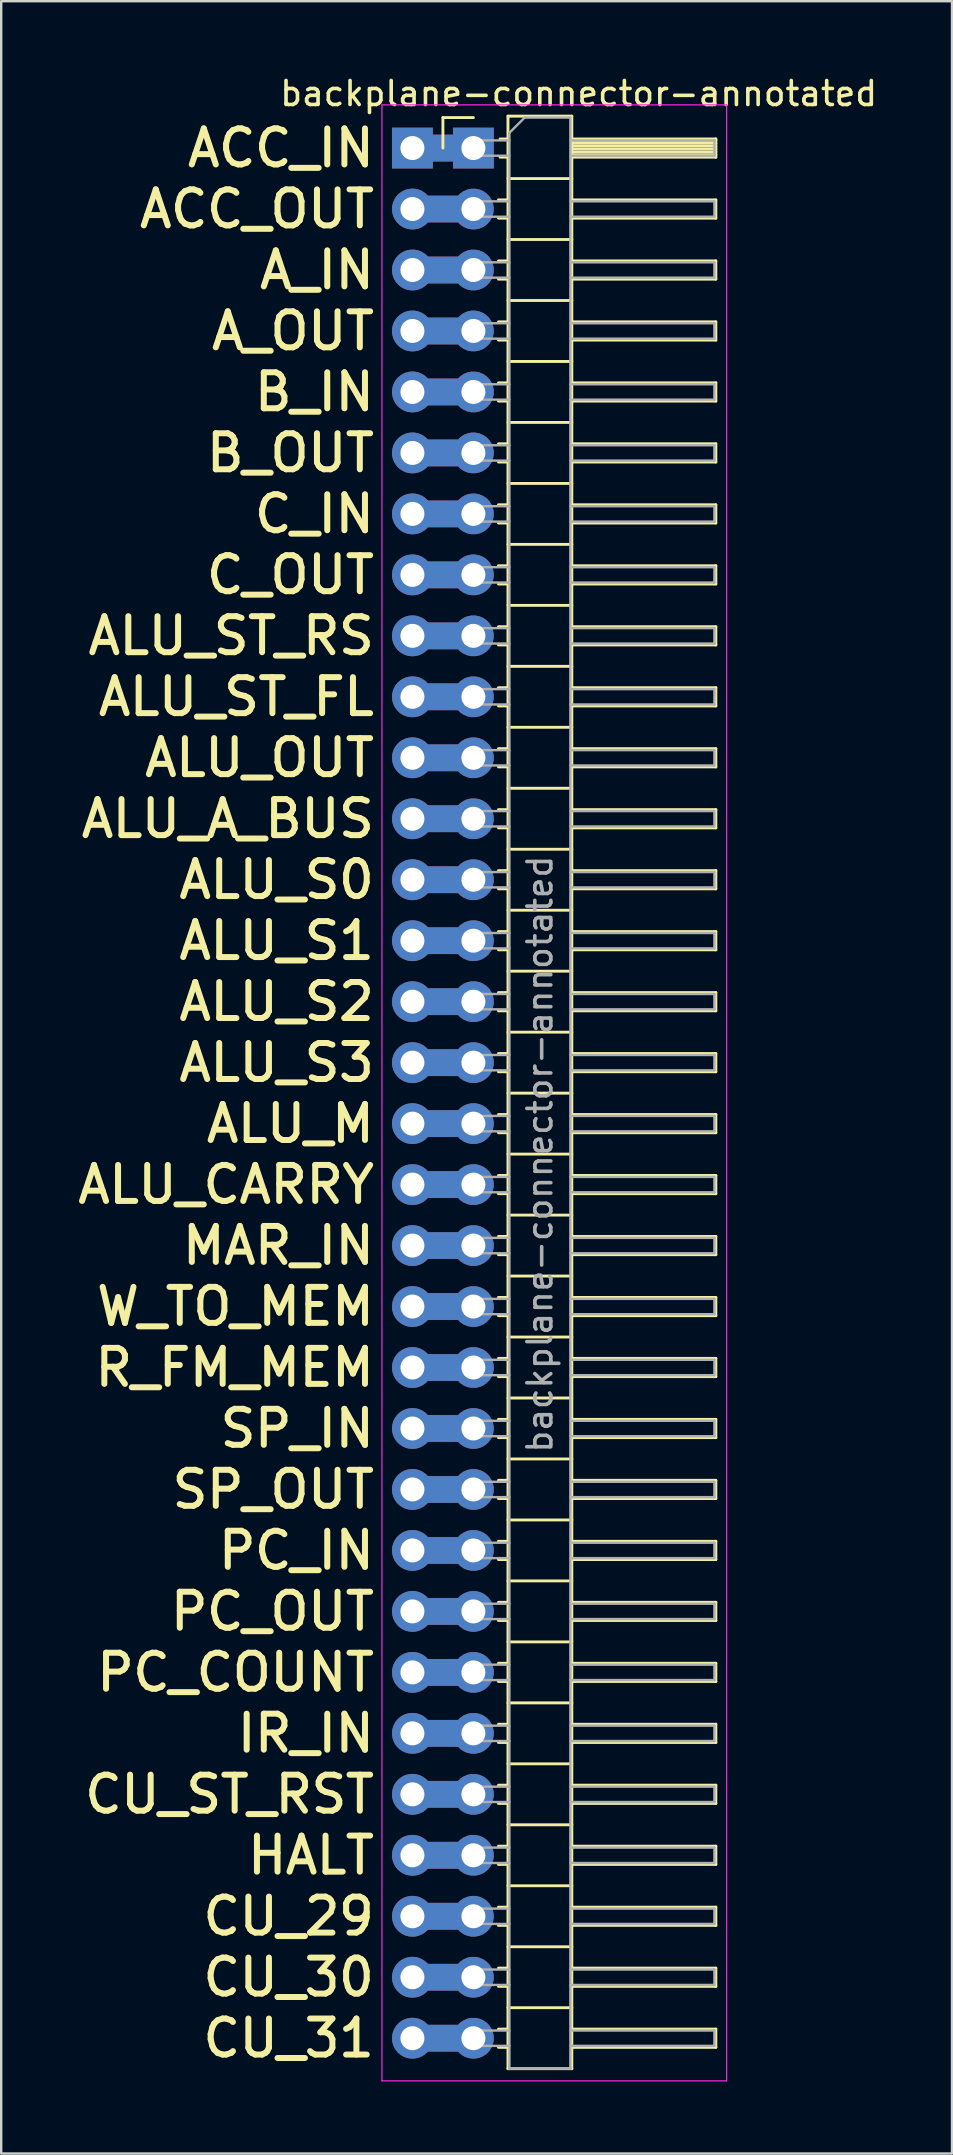
<source format=kicad_pcb>
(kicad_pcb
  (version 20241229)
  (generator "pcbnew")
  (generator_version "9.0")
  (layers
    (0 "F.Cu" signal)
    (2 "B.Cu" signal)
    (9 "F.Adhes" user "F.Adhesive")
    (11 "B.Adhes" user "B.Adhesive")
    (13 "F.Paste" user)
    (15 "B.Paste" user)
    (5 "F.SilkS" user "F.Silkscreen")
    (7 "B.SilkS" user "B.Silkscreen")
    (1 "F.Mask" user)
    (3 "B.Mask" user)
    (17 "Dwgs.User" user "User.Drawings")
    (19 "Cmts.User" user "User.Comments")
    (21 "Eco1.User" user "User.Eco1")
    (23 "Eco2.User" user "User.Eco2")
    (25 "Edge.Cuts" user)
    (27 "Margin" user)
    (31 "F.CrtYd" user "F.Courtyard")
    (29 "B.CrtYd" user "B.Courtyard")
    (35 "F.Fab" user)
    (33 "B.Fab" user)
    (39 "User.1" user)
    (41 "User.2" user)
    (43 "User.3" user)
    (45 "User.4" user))
  (footprint "backplane-connector-annotated"
    (layer "F.Cu")
    (at 16.671 3.118)
    (property "Reference" "backplane-connector-annotated" (at 4.385 -2.27 0) (layer "F.SilkS") (effects (font (size 1 1) (thickness 0.15))))
    (attr through_hole)
    (fp_line (start -1.27 -1.27) (end 0 -1.27) (stroke (width 0.12) (type solid)) (layer "F.SilkS"))
    (fp_line (start -1.27 0) (end -1.27 -1.27) (stroke (width 0.12) (type solid)) (layer "F.SilkS"))
    (fp_line (start 1.043 2.16) (end 1.44 2.16) (stroke (width 0.12) (type solid)) (layer "F.SilkS"))
    (fp_line (start 1.043 2.92) (end 1.44 2.92) (stroke (width 0.12) (type solid)) (layer "F.SilkS"))
    (fp_line (start 1.043 4.7) (end 1.44 4.7) (stroke (width 0.12) (type solid)) (layer "F.SilkS"))
    (fp_line (start 1.043 5.46) (end 1.44 5.46) (stroke (width 0.12) (type solid)) (layer "F.SilkS"))
    (fp_line (start 1.043 7.24) (end 1.44 7.24) (stroke (width 0.12) (type solid)) (layer "F.SilkS"))
    (fp_line (start 1.043 8) (end 1.44 8) (stroke (width 0.12) (type solid)) (layer "F.SilkS"))
    (fp_line (start 1.043 9.78) (end 1.44 9.78) (stroke (width 0.12) (type solid)) (layer "F.SilkS"))
    (fp_line (start 1.043 10.54) (end 1.44 10.54) (stroke (width 0.12) (type solid)) (layer "F.SilkS"))
    (fp_line (start 1.043 12.32) (end 1.44 12.32) (stroke (width 0.12) (type solid)) (layer "F.SilkS"))
    (fp_line (start 1.043 13.08) (end 1.44 13.08) (stroke (width 0.12) (type solid)) (layer "F.SilkS"))
    (fp_line (start 1.043 14.86) (end 1.44 14.86) (stroke (width 0.12) (type solid)) (layer "F.SilkS"))
    (fp_line (start 1.043 15.62) (end 1.44 15.62) (stroke (width 0.12) (type solid)) (layer "F.SilkS"))
    (fp_line (start 1.043 17.4) (end 1.44 17.4) (stroke (width 0.12) (type solid)) (layer "F.SilkS"))
    (fp_line (start 1.043 18.16) (end 1.44 18.16) (stroke (width 0.12) (type solid)) (layer "F.SilkS"))
    (fp_line (start 1.043 19.94) (end 1.44 19.94) (stroke (width 0.12) (type solid)) (layer "F.SilkS"))
    (fp_line (start 1.043 20.7) (end 1.44 20.7) (stroke (width 0.12) (type solid)) (layer "F.SilkS"))
    (fp_line (start 1.043 22.48) (end 1.44 22.48) (stroke (width 0.12) (type solid)) (layer "F.SilkS"))
    (fp_line (start 1.043 23.24) (end 1.44 23.24) (stroke (width 0.12) (type solid)) (layer "F.SilkS"))
    (fp_line (start 1.043 25.02) (end 1.44 25.02) (stroke (width 0.12) (type solid)) (layer "F.SilkS"))
    (fp_line (start 1.043 25.78) (end 1.44 25.78) (stroke (width 0.12) (type solid)) (layer "F.SilkS"))
    (fp_line (start 1.043 27.56) (end 1.44 27.56) (stroke (width 0.12) (type solid)) (layer "F.SilkS"))
    (fp_line (start 1.043 28.32) (end 1.44 28.32) (stroke (width 0.12) (type solid)) (layer "F.SilkS"))
    (fp_line (start 1.043 30.1) (end 1.44 30.1) (stroke (width 0.12) (type solid)) (layer "F.SilkS"))
    (fp_line (start 1.043 30.86) (end 1.44 30.86) (stroke (width 0.12) (type solid)) (layer "F.SilkS"))
    (fp_line (start 1.043 32.64) (end 1.44 32.64) (stroke (width 0.12) (type solid)) (layer "F.SilkS"))
    (fp_line (start 1.043 33.4) (end 1.44 33.4) (stroke (width 0.12) (type solid)) (layer "F.SilkS"))
    (fp_line (start 1.043 35.18) (end 1.44 35.18) (stroke (width 0.12) (type solid)) (layer "F.SilkS"))
    (fp_line (start 1.043 35.94) (end 1.44 35.94) (stroke (width 0.12) (type solid)) (layer "F.SilkS"))
    (fp_line (start 1.043 37.72) (end 1.44 37.72) (stroke (width 0.12) (type solid)) (layer "F.SilkS"))
    (fp_line (start 1.043 38.48) (end 1.44 38.48) (stroke (width 0.12) (type solid)) (layer "F.SilkS"))
    (fp_line (start 1.043 40.26) (end 1.44 40.26) (stroke (width 0.12) (type solid)) (layer "F.SilkS"))
    (fp_line (start 1.043 41.02) (end 1.44 41.02) (stroke (width 0.12) (type solid)) (layer "F.SilkS"))
    (fp_line (start 1.043 42.8) (end 1.44 42.8) (stroke (width 0.12) (type solid)) (layer "F.SilkS"))
    (fp_line (start 1.043 43.56) (end 1.44 43.56) (stroke (width 0.12) (type solid)) (layer "F.SilkS"))
    (fp_line (start 1.043 45.34) (end 1.44 45.34) (stroke (width 0.12) (type solid)) (layer "F.SilkS"))
    (fp_line (start 1.043 46.1) (end 1.44 46.1) (stroke (width 0.12) (type solid)) (layer "F.SilkS"))
    (fp_line (start 1.043 47.88) (end 1.44 47.88) (stroke (width 0.12) (type solid)) (layer "F.SilkS"))
    (fp_line (start 1.043 48.64) (end 1.44 48.64) (stroke (width 0.12) (type solid)) (layer "F.SilkS"))
    (fp_line (start 1.043 50.42) (end 1.44 50.42) (stroke (width 0.12) (type solid)) (layer "F.SilkS"))
    (fp_line (start 1.043 51.18) (end 1.44 51.18) (stroke (width 0.12) (type solid)) (layer "F.SilkS"))
    (fp_line (start 1.043 52.96) (end 1.44 52.96) (stroke (width 0.12) (type solid)) (layer "F.SilkS"))
    (fp_line (start 1.043 53.72) (end 1.44 53.72) (stroke (width 0.12) (type solid)) (layer "F.SilkS"))
    (fp_line (start 1.043 55.5) (end 1.44 55.5) (stroke (width 0.12) (type solid)) (layer "F.SilkS"))
    (fp_line (start 1.043 56.26) (end 1.44 56.26) (stroke (width 0.12) (type solid)) (layer "F.SilkS"))
    (fp_line (start 1.043 58.04) (end 1.44 58.04) (stroke (width 0.12) (type solid)) (layer "F.SilkS"))
    (fp_line (start 1.043 58.8) (end 1.44 58.8) (stroke (width 0.12) (type solid)) (layer "F.SilkS"))
    (fp_line (start 1.043 60.58) (end 1.44 60.58) (stroke (width 0.12) (type solid)) (layer "F.SilkS"))
    (fp_line (start 1.043 61.34) (end 1.44 61.34) (stroke (width 0.12) (type solid)) (layer "F.SilkS"))
    (fp_line (start 1.043 63.12) (end 1.44 63.12) (stroke (width 0.12) (type solid)) (layer "F.SilkS"))
    (fp_line (start 1.043 63.88) (end 1.44 63.88) (stroke (width 0.12) (type solid)) (layer "F.SilkS"))
    (fp_line (start 1.043 65.66) (end 1.44 65.66) (stroke (width 0.12) (type solid)) (layer "F.SilkS"))
    (fp_line (start 1.043 66.42) (end 1.44 66.42) (stroke (width 0.12) (type solid)) (layer "F.SilkS"))
    (fp_line (start 1.043 68.2) (end 1.44 68.2) (stroke (width 0.12) (type solid)) (layer "F.SilkS"))
    (fp_line (start 1.043 68.96) (end 1.44 68.96) (stroke (width 0.12) (type solid)) (layer "F.SilkS"))
    (fp_line (start 1.043 70.74) (end 1.44 70.74) (stroke (width 0.12) (type solid)) (layer "F.SilkS"))
    (fp_line (start 1.043 71.5) (end 1.44 71.5) (stroke (width 0.12) (type solid)) (layer "F.SilkS"))
    (fp_line (start 1.043 73.28) (end 1.44 73.28) (stroke (width 0.12) (type solid)) (layer "F.SilkS"))
    (fp_line (start 1.043 74.04) (end 1.44 74.04) (stroke (width 0.12) (type solid)) (layer "F.SilkS"))
    (fp_line (start 1.043 75.82) (end 1.44 75.82) (stroke (width 0.12) (type solid)) (layer "F.SilkS"))
    (fp_line (start 1.043 76.58) (end 1.44 76.58) (stroke (width 0.12) (type solid)) (layer "F.SilkS"))
    (fp_line (start 1.043 78.36) (end 1.44 78.36) (stroke (width 0.12) (type solid)) (layer "F.SilkS"))
    (fp_line (start 1.043 79.12) (end 1.44 79.12) (stroke (width 0.12) (type solid)) (layer "F.SilkS"))
    (fp_line (start 1.11 -0.38) (end 1.44 -0.38) (stroke (width 0.12) (type solid)) (layer "F.SilkS"))
    (fp_line (start 1.11 0.38) (end 1.44 0.38) (stroke (width 0.12) (type solid)) (layer "F.SilkS"))
    (fp_line (start 1.44 -1.33) (end 1.44 80.01) (stroke (width 0.12) (type solid)) (layer "F.SilkS"))
    (fp_line (start 1.44 1.27) (end 4.1 1.27) (stroke (width 0.12) (type solid)) (layer "F.SilkS"))
    (fp_line (start 1.44 3.81) (end 4.1 3.81) (stroke (width 0.12) (type solid)) (layer "F.SilkS"))
    (fp_line (start 1.44 6.35) (end 4.1 6.35) (stroke (width 0.12) (type solid)) (layer "F.SilkS"))
    (fp_line (start 1.44 8.89) (end 4.1 8.89) (stroke (width 0.12) (type solid)) (layer "F.SilkS"))
    (fp_line (start 1.44 11.43) (end 4.1 11.43) (stroke (width 0.12) (type solid)) (layer "F.SilkS"))
    (fp_line (start 1.44 13.97) (end 4.1 13.97) (stroke (width 0.12) (type solid)) (layer "F.SilkS"))
    (fp_line (start 1.44 16.51) (end 4.1 16.51) (stroke (width 0.12) (type solid)) (layer "F.SilkS"))
    (fp_line (start 1.44 19.05) (end 4.1 19.05) (stroke (width 0.12) (type solid)) (layer "F.SilkS"))
    (fp_line (start 1.44 21.59) (end 4.1 21.59) (stroke (width 0.12) (type solid)) (layer "F.SilkS"))
    (fp_line (start 1.44 24.13) (end 4.1 24.13) (stroke (width 0.12) (type solid)) (layer "F.SilkS"))
    (fp_line (start 1.44 26.67) (end 4.1 26.67) (stroke (width 0.12) (type solid)) (layer "F.SilkS"))
    (fp_line (start 1.44 29.21) (end 4.1 29.21) (stroke (width 0.12) (type solid)) (layer "F.SilkS"))
    (fp_line (start 1.44 31.75) (end 4.1 31.75) (stroke (width 0.12) (type solid)) (layer "F.SilkS"))
    (fp_line (start 1.44 34.29) (end 4.1 34.29) (stroke (width 0.12) (type solid)) (layer "F.SilkS"))
    (fp_line (start 1.44 36.83) (end 4.1 36.83) (stroke (width 0.12) (type solid)) (layer "F.SilkS"))
    (fp_line (start 1.44 39.37) (end 4.1 39.37) (stroke (width 0.12) (type solid)) (layer "F.SilkS"))
    (fp_line (start 1.44 41.91) (end 4.1 41.91) (stroke (width 0.12) (type solid)) (layer "F.SilkS"))
    (fp_line (start 1.44 44.45) (end 4.1 44.45) (stroke (width 0.12) (type solid)) (layer "F.SilkS"))
    (fp_line (start 1.44 46.99) (end 4.1 46.99) (stroke (width 0.12) (type solid)) (layer "F.SilkS"))
    (fp_line (start 1.44 49.53) (end 4.1 49.53) (stroke (width 0.12) (type solid)) (layer "F.SilkS"))
    (fp_line (start 1.44 52.07) (end 4.1 52.07) (stroke (width 0.12) (type solid)) (layer "F.SilkS"))
    (fp_line (start 1.44 54.61) (end 4.1 54.61) (stroke (width 0.12) (type solid)) (layer "F.SilkS"))
    (fp_line (start 1.44 57.15) (end 4.1 57.15) (stroke (width 0.12) (type solid)) (layer "F.SilkS"))
    (fp_line (start 1.44 59.69) (end 4.1 59.69) (stroke (width 0.12) (type solid)) (layer "F.SilkS"))
    (fp_line (start 1.44 62.23) (end 4.1 62.23) (stroke (width 0.12) (type solid)) (layer "F.SilkS"))
    (fp_line (start 1.44 64.77) (end 4.1 64.77) (stroke (width 0.12) (type solid)) (layer "F.SilkS"))
    (fp_line (start 1.44 67.31) (end 4.1 67.31) (stroke (width 0.12) (type solid)) (layer "F.SilkS"))
    (fp_line (start 1.44 69.85) (end 4.1 69.85) (stroke (width 0.12) (type solid)) (layer "F.SilkS"))
    (fp_line (start 1.44 72.39) (end 4.1 72.39) (stroke (width 0.12) (type solid)) (layer "F.SilkS"))
    (fp_line (start 1.44 74.93) (end 4.1 74.93) (stroke (width 0.12) (type solid)) (layer "F.SilkS"))
    (fp_line (start 1.44 77.47) (end 4.1 77.47) (stroke (width 0.12) (type solid)) (layer "F.SilkS"))
    (fp_line (start 1.44 80.01) (end 4.1 80.01) (stroke (width 0.12) (type solid)) (layer "F.SilkS"))
    (fp_line (start 4.1 -1.33) (end 1.44 -1.33) (stroke (width 0.12) (type solid)) (layer "F.SilkS"))
    (fp_line (start 4.1 -0.38) (end 10.1 -0.38) (stroke (width 0.12) (type solid)) (layer "F.SilkS"))
    (fp_line (start 4.1 -0.32) (end 10.1 -0.32) (stroke (width 0.12) (type solid)) (layer "F.SilkS"))
    (fp_line (start 4.1 -0.2) (end 10.1 -0.2) (stroke (width 0.12) (type solid)) (layer "F.SilkS"))
    (fp_line (start 4.1 -0.08) (end 10.1 -0.08) (stroke (width 0.12) (type solid)) (layer "F.SilkS"))
    (fp_line (start 4.1 0.04) (end 10.1 0.04) (stroke (width 0.12) (type solid)) (layer "F.SilkS"))
    (fp_line (start 4.1 0.16) (end 10.1 0.16) (stroke (width 0.12) (type solid)) (layer "F.SilkS"))
    (fp_line (start 4.1 0.28) (end 10.1 0.28) (stroke (width 0.12) (type solid)) (layer "F.SilkS"))
    (fp_line (start 4.1 2.16) (end 10.1 2.16) (stroke (width 0.12) (type solid)) (layer "F.SilkS"))
    (fp_line (start 4.1 4.7) (end 10.1 4.7) (stroke (width 0.12) (type solid)) (layer "F.SilkS"))
    (fp_line (start 4.1 7.24) (end 10.1 7.24) (stroke (width 0.12) (type solid)) (layer "F.SilkS"))
    (fp_line (start 4.1 9.78) (end 10.1 9.78) (stroke (width 0.12) (type solid)) (layer "F.SilkS"))
    (fp_line (start 4.1 12.32) (end 10.1 12.32) (stroke (width 0.12) (type solid)) (layer "F.SilkS"))
    (fp_line (start 4.1 14.86) (end 10.1 14.86) (stroke (width 0.12) (type solid)) (layer "F.SilkS"))
    (fp_line (start 4.1 17.4) (end 10.1 17.4) (stroke (width 0.12) (type solid)) (layer "F.SilkS"))
    (fp_line (start 4.1 19.94) (end 10.1 19.94) (stroke (width 0.12) (type solid)) (layer "F.SilkS"))
    (fp_line (start 4.1 22.48) (end 10.1 22.48) (stroke (width 0.12) (type solid)) (layer "F.SilkS"))
    (fp_line (start 4.1 25.02) (end 10.1 25.02) (stroke (width 0.12) (type solid)) (layer "F.SilkS"))
    (fp_line (start 4.1 27.56) (end 10.1 27.56) (stroke (width 0.12) (type solid)) (layer "F.SilkS"))
    (fp_line (start 4.1 30.1) (end 10.1 30.1) (stroke (width 0.12) (type solid)) (layer "F.SilkS"))
    (fp_line (start 4.1 32.64) (end 10.1 32.64) (stroke (width 0.12) (type solid)) (layer "F.SilkS"))
    (fp_line (start 4.1 35.18) (end 10.1 35.18) (stroke (width 0.12) (type solid)) (layer "F.SilkS"))
    (fp_line (start 4.1 37.72) (end 10.1 37.72) (stroke (width 0.12) (type solid)) (layer "F.SilkS"))
    (fp_line (start 4.1 40.26) (end 10.1 40.26) (stroke (width 0.12) (type solid)) (layer "F.SilkS"))
    (fp_line (start 4.1 42.8) (end 10.1 42.8) (stroke (width 0.12) (type solid)) (layer "F.SilkS"))
    (fp_line (start 4.1 45.34) (end 10.1 45.34) (stroke (width 0.12) (type solid)) (layer "F.SilkS"))
    (fp_line (start 4.1 47.88) (end 10.1 47.88) (stroke (width 0.12) (type solid)) (layer "F.SilkS"))
    (fp_line (start 4.1 50.42) (end 10.1 50.42) (stroke (width 0.12) (type solid)) (layer "F.SilkS"))
    (fp_line (start 4.1 52.96) (end 10.1 52.96) (stroke (width 0.12) (type solid)) (layer "F.SilkS"))
    (fp_line (start 4.1 55.5) (end 10.1 55.5) (stroke (width 0.12) (type solid)) (layer "F.SilkS"))
    (fp_line (start 4.1 58.04) (end 10.1 58.04) (stroke (width 0.12) (type solid)) (layer "F.SilkS"))
    (fp_line (start 4.1 60.58) (end 10.1 60.58) (stroke (width 0.12) (type solid)) (layer "F.SilkS"))
    (fp_line (start 4.1 63.12) (end 10.1 63.12) (stroke (width 0.12) (type solid)) (layer "F.SilkS"))
    (fp_line (start 4.1 65.66) (end 10.1 65.66) (stroke (width 0.12) (type solid)) (layer "F.SilkS"))
    (fp_line (start 4.1 68.2) (end 10.1 68.2) (stroke (width 0.12) (type solid)) (layer "F.SilkS"))
    (fp_line (start 4.1 70.74) (end 10.1 70.74) (stroke (width 0.12) (type solid)) (layer "F.SilkS"))
    (fp_line (start 4.1 73.28) (end 10.1 73.28) (stroke (width 0.12) (type solid)) (layer "F.SilkS"))
    (fp_line (start 4.1 75.82) (end 10.1 75.82) (stroke (width 0.12) (type solid)) (layer "F.SilkS"))
    (fp_line (start 4.1 78.36) (end 10.1 78.36) (stroke (width 0.12) (type solid)) (layer "F.SilkS"))
    (fp_line (start 4.1 80.01) (end 4.1 -1.33) (stroke (width 0.12) (type solid)) (layer "F.SilkS"))
    (fp_line (start 10.1 -0.38) (end 10.1 0.38) (stroke (width 0.12) (type solid)) (layer "F.SilkS"))
    (fp_line (start 10.1 0.38) (end 4.1 0.38) (stroke (width 0.12) (type solid)) (layer "F.SilkS"))
    (fp_line (start 10.1 2.16) (end 10.1 2.92) (stroke (width 0.12) (type solid)) (layer "F.SilkS"))
    (fp_line (start 10.1 2.92) (end 4.1 2.92) (stroke (width 0.12) (type solid)) (layer "F.SilkS"))
    (fp_line (start 10.1 4.7) (end 10.1 5.46) (stroke (width 0.12) (type solid)) (layer "F.SilkS"))
    (fp_line (start 10.1 5.46) (end 4.1 5.46) (stroke (width 0.12) (type solid)) (layer "F.SilkS"))
    (fp_line (start 10.1 7.24) (end 10.1 8) (stroke (width 0.12) (type solid)) (layer "F.SilkS"))
    (fp_line (start 10.1 8) (end 4.1 8) (stroke (width 0.12) (type solid)) (layer "F.SilkS"))
    (fp_line (start 10.1 9.78) (end 10.1 10.54) (stroke (width 0.12) (type solid)) (layer "F.SilkS"))
    (fp_line (start 10.1 10.54) (end 4.1 10.54) (stroke (width 0.12) (type solid)) (layer "F.SilkS"))
    (fp_line (start 10.1 12.32) (end 10.1 13.08) (stroke (width 0.12) (type solid)) (layer "F.SilkS"))
    (fp_line (start 10.1 13.08) (end 4.1 13.08) (stroke (width 0.12) (type solid)) (layer "F.SilkS"))
    (fp_line (start 10.1 14.86) (end 10.1 15.62) (stroke (width 0.12) (type solid)) (layer "F.SilkS"))
    (fp_line (start 10.1 15.62) (end 4.1 15.62) (stroke (width 0.12) (type solid)) (layer "F.SilkS"))
    (fp_line (start 10.1 17.4) (end 10.1 18.16) (stroke (width 0.12) (type solid)) (layer "F.SilkS"))
    (fp_line (start 10.1 18.16) (end 4.1 18.16) (stroke (width 0.12) (type solid)) (layer "F.SilkS"))
    (fp_line (start 10.1 19.94) (end 10.1 20.7) (stroke (width 0.12) (type solid)) (layer "F.SilkS"))
    (fp_line (start 10.1 20.7) (end 4.1 20.7) (stroke (width 0.12) (type solid)) (layer "F.SilkS"))
    (fp_line (start 10.1 22.48) (end 10.1 23.24) (stroke (width 0.12) (type solid)) (layer "F.SilkS"))
    (fp_line (start 10.1 23.24) (end 4.1 23.24) (stroke (width 0.12) (type solid)) (layer "F.SilkS"))
    (fp_line (start 10.1 25.02) (end 10.1 25.78) (stroke (width 0.12) (type solid)) (layer "F.SilkS"))
    (fp_line (start 10.1 25.78) (end 4.1 25.78) (stroke (width 0.12) (type solid)) (layer "F.SilkS"))
    (fp_line (start 10.1 27.56) (end 10.1 28.32) (stroke (width 0.12) (type solid)) (layer "F.SilkS"))
    (fp_line (start 10.1 28.32) (end 4.1 28.32) (stroke (width 0.12) (type solid)) (layer "F.SilkS"))
    (fp_line (start 10.1 30.1) (end 10.1 30.86) (stroke (width 0.12) (type solid)) (layer "F.SilkS"))
    (fp_line (start 10.1 30.86) (end 4.1 30.86) (stroke (width 0.12) (type solid)) (layer "F.SilkS"))
    (fp_line (start 10.1 32.64) (end 10.1 33.4) (stroke (width 0.12) (type solid)) (layer "F.SilkS"))
    (fp_line (start 10.1 33.4) (end 4.1 33.4) (stroke (width 0.12) (type solid)) (layer "F.SilkS"))
    (fp_line (start 10.1 35.18) (end 10.1 35.94) (stroke (width 0.12) (type solid)) (layer "F.SilkS"))
    (fp_line (start 10.1 35.94) (end 4.1 35.94) (stroke (width 0.12) (type solid)) (layer "F.SilkS"))
    (fp_line (start 10.1 37.72) (end 10.1 38.48) (stroke (width 0.12) (type solid)) (layer "F.SilkS"))
    (fp_line (start 10.1 38.48) (end 4.1 38.48) (stroke (width 0.12) (type solid)) (layer "F.SilkS"))
    (fp_line (start 10.1 40.26) (end 10.1 41.02) (stroke (width 0.12) (type solid)) (layer "F.SilkS"))
    (fp_line (start 10.1 41.02) (end 4.1 41.02) (stroke (width 0.12) (type solid)) (layer "F.SilkS"))
    (fp_line (start 10.1 42.8) (end 10.1 43.56) (stroke (width 0.12) (type solid)) (layer "F.SilkS"))
    (fp_line (start 10.1 43.56) (end 4.1 43.56) (stroke (width 0.12) (type solid)) (layer "F.SilkS"))
    (fp_line (start 10.1 45.34) (end 10.1 46.1) (stroke (width 0.12) (type solid)) (layer "F.SilkS"))
    (fp_line (start 10.1 46.1) (end 4.1 46.1) (stroke (width 0.12) (type solid)) (layer "F.SilkS"))
    (fp_line (start 10.1 47.88) (end 10.1 48.64) (stroke (width 0.12) (type solid)) (layer "F.SilkS"))
    (fp_line (start 10.1 48.64) (end 4.1 48.64) (stroke (width 0.12) (type solid)) (layer "F.SilkS"))
    (fp_line (start 10.1 50.42) (end 10.1 51.18) (stroke (width 0.12) (type solid)) (layer "F.SilkS"))
    (fp_line (start 10.1 51.18) (end 4.1 51.18) (stroke (width 0.12) (type solid)) (layer "F.SilkS"))
    (fp_line (start 10.1 52.96) (end 10.1 53.72) (stroke (width 0.12) (type solid)) (layer "F.SilkS"))
    (fp_line (start 10.1 53.72) (end 4.1 53.72) (stroke (width 0.12) (type solid)) (layer "F.SilkS"))
    (fp_line (start 10.1 55.5) (end 10.1 56.26) (stroke (width 0.12) (type solid)) (layer "F.SilkS"))
    (fp_line (start 10.1 56.26) (end 4.1 56.26) (stroke (width 0.12) (type solid)) (layer "F.SilkS"))
    (fp_line (start 10.1 58.04) (end 10.1 58.8) (stroke (width 0.12) (type solid)) (layer "F.SilkS"))
    (fp_line (start 10.1 58.8) (end 4.1 58.8) (stroke (width 0.12) (type solid)) (layer "F.SilkS"))
    (fp_line (start 10.1 60.58) (end 10.1 61.34) (stroke (width 0.12) (type solid)) (layer "F.SilkS"))
    (fp_line (start 10.1 61.34) (end 4.1 61.34) (stroke (width 0.12) (type solid)) (layer "F.SilkS"))
    (fp_line (start 10.1 63.12) (end 10.1 63.88) (stroke (width 0.12) (type solid)) (layer "F.SilkS"))
    (fp_line (start 10.1 63.88) (end 4.1 63.88) (stroke (width 0.12) (type solid)) (layer "F.SilkS"))
    (fp_line (start 10.1 65.66) (end 10.1 66.42) (stroke (width 0.12) (type solid)) (layer "F.SilkS"))
    (fp_line (start 10.1 66.42) (end 4.1 66.42) (stroke (width 0.12) (type solid)) (layer "F.SilkS"))
    (fp_line (start 10.1 68.2) (end 10.1 68.96) (stroke (width 0.12) (type solid)) (layer "F.SilkS"))
    (fp_line (start 10.1 68.96) (end 4.1 68.96) (stroke (width 0.12) (type solid)) (layer "F.SilkS"))
    (fp_line (start 10.1 70.74) (end 10.1 71.5) (stroke (width 0.12) (type solid)) (layer "F.SilkS"))
    (fp_line (start 10.1 71.5) (end 4.1 71.5) (stroke (width 0.12) (type solid)) (layer "F.SilkS"))
    (fp_line (start 10.1 73.28) (end 10.1 74.04) (stroke (width 0.12) (type solid)) (layer "F.SilkS"))
    (fp_line (start 10.1 74.04) (end 4.1 74.04) (stroke (width 0.12) (type solid)) (layer "F.SilkS"))
    (fp_line (start 10.1 75.82) (end 10.1 76.58) (stroke (width 0.12) (type solid)) (layer "F.SilkS"))
    (fp_line (start 10.1 76.58) (end 4.1 76.58) (stroke (width 0.12) (type solid)) (layer "F.SilkS"))
    (fp_line (start 10.1 78.36) (end 10.1 79.12) (stroke (width 0.12) (type solid)) (layer "F.SilkS"))
    (fp_line (start 10.1 79.12) (end 4.1 79.12) (stroke (width 0.12) (type solid)) (layer "F.SilkS"))
    (fp_line (start -3.81 -1.8) (end -3.81 80.518) (stroke (width 0.05) (type solid)) (layer "F.CrtYd"))
    (fp_line (start -3.81 80.518) (end 10.55 80.518) (stroke (width 0.05) (type solid)) (layer "F.CrtYd"))
    (fp_line (start 10.55 -1.8) (end -3.81 -1.8) (stroke (width 0.05) (type solid)) (layer "F.CrtYd"))
    (fp_line (start 10.55 80.518) (end 10.55 -1.8) (stroke (width 0.05) (type solid)) (layer "F.CrtYd"))
    (fp_line (start -0.32 -0.32) (end -0.32 0.32) (stroke (width 0.1) (type solid)) (layer "F.Fab"))
    (fp_line (start -0.32 -0.32) (end 1.5 -0.32) (stroke (width 0.1) (type solid)) (layer "F.Fab"))
    (fp_line (start -0.32 0.32) (end 1.5 0.32) (stroke (width 0.1) (type solid)) (layer "F.Fab"))
    (fp_line (start -0.32 2.22) (end -0.32 2.86) (stroke (width 0.1) (type solid)) (layer "F.Fab"))
    (fp_line (start -0.32 2.22) (end 1.5 2.22) (stroke (width 0.1) (type solid)) (layer "F.Fab"))
    (fp_line (start -0.32 2.86) (end 1.5 2.86) (stroke (width 0.1) (type solid)) (layer "F.Fab"))
    (fp_line (start -0.32 4.76) (end -0.32 5.4) (stroke (width 0.1) (type solid)) (layer "F.Fab"))
    (fp_line (start -0.32 4.76) (end 1.5 4.76) (stroke (width 0.1) (type solid)) (layer "F.Fab"))
    (fp_line (start -0.32 5.4) (end 1.5 5.4) (stroke (width 0.1) (type solid)) (layer "F.Fab"))
    (fp_line (start -0.32 7.3) (end -0.32 7.94) (stroke (width 0.1) (type solid)) (layer "F.Fab"))
    (fp_line (start -0.32 7.3) (end 1.5 7.3) (stroke (width 0.1) (type solid)) (layer "F.Fab"))
    (fp_line (start -0.32 7.94) (end 1.5 7.94) (stroke (width 0.1) (type solid)) (layer "F.Fab"))
    (fp_line (start -0.32 9.84) (end -0.32 10.48) (stroke (width 0.1) (type solid)) (layer "F.Fab"))
    (fp_line (start -0.32 9.84) (end 1.5 9.84) (stroke (width 0.1) (type solid)) (layer "F.Fab"))
    (fp_line (start -0.32 10.48) (end 1.5 10.48) (stroke (width 0.1) (type solid)) (layer "F.Fab"))
    (fp_line (start -0.32 12.38) (end -0.32 13.02) (stroke (width 0.1) (type solid)) (layer "F.Fab"))
    (fp_line (start -0.32 12.38) (end 1.5 12.38) (stroke (width 0.1) (type solid)) (layer "F.Fab"))
    (fp_line (start -0.32 13.02) (end 1.5 13.02) (stroke (width 0.1) (type solid)) (layer "F.Fab"))
    (fp_line (start -0.32 14.92) (end -0.32 15.56) (stroke (width 0.1) (type solid)) (layer "F.Fab"))
    (fp_line (start -0.32 14.92) (end 1.5 14.92) (stroke (width 0.1) (type solid)) (layer "F.Fab"))
    (fp_line (start -0.32 15.56) (end 1.5 15.56) (stroke (width 0.1) (type solid)) (layer "F.Fab"))
    (fp_line (start -0.32 17.46) (end -0.32 18.1) (stroke (width 0.1) (type solid)) (layer "F.Fab"))
    (fp_line (start -0.32 17.46) (end 1.5 17.46) (stroke (width 0.1) (type solid)) (layer "F.Fab"))
    (fp_line (start -0.32 18.1) (end 1.5 18.1) (stroke (width 0.1) (type solid)) (layer "F.Fab"))
    (fp_line (start -0.32 20) (end -0.32 20.64) (stroke (width 0.1) (type solid)) (layer "F.Fab"))
    (fp_line (start -0.32 20) (end 1.5 20) (stroke (width 0.1) (type solid)) (layer "F.Fab"))
    (fp_line (start -0.32 20.64) (end 1.5 20.64) (stroke (width 0.1) (type solid)) (layer "F.Fab"))
    (fp_line (start -0.32 22.54) (end -0.32 23.18) (stroke (width 0.1) (type solid)) (layer "F.Fab"))
    (fp_line (start -0.32 22.54) (end 1.5 22.54) (stroke (width 0.1) (type solid)) (layer "F.Fab"))
    (fp_line (start -0.32 23.18) (end 1.5 23.18) (stroke (width 0.1) (type solid)) (layer "F.Fab"))
    (fp_line (start -0.32 25.08) (end -0.32 25.72) (stroke (width 0.1) (type solid)) (layer "F.Fab"))
    (fp_line (start -0.32 25.08) (end 1.5 25.08) (stroke (width 0.1) (type solid)) (layer "F.Fab"))
    (fp_line (start -0.32 25.72) (end 1.5 25.72) (stroke (width 0.1) (type solid)) (layer "F.Fab"))
    (fp_line (start -0.32 27.62) (end -0.32 28.26) (stroke (width 0.1) (type solid)) (layer "F.Fab"))
    (fp_line (start -0.32 27.62) (end 1.5 27.62) (stroke (width 0.1) (type solid)) (layer "F.Fab"))
    (fp_line (start -0.32 28.26) (end 1.5 28.26) (stroke (width 0.1) (type solid)) (layer "F.Fab"))
    (fp_line (start -0.32 30.16) (end -0.32 30.8) (stroke (width 0.1) (type solid)) (layer "F.Fab"))
    (fp_line (start -0.32 30.16) (end 1.5 30.16) (stroke (width 0.1) (type solid)) (layer "F.Fab"))
    (fp_line (start -0.32 30.8) (end 1.5 30.8) (stroke (width 0.1) (type solid)) (layer "F.Fab"))
    (fp_line (start -0.32 32.7) (end -0.32 33.34) (stroke (width 0.1) (type solid)) (layer "F.Fab"))
    (fp_line (start -0.32 32.7) (end 1.5 32.7) (stroke (width 0.1) (type solid)) (layer "F.Fab"))
    (fp_line (start -0.32 33.34) (end 1.5 33.34) (stroke (width 0.1) (type solid)) (layer "F.Fab"))
    (fp_line (start -0.32 35.24) (end -0.32 35.88) (stroke (width 0.1) (type solid)) (layer "F.Fab"))
    (fp_line (start -0.32 35.24) (end 1.5 35.24) (stroke (width 0.1) (type solid)) (layer "F.Fab"))
    (fp_line (start -0.32 35.88) (end 1.5 35.88) (stroke (width 0.1) (type solid)) (layer "F.Fab"))
    (fp_line (start -0.32 37.78) (end -0.32 38.42) (stroke (width 0.1) (type solid)) (layer "F.Fab"))
    (fp_line (start -0.32 37.78) (end 1.5 37.78) (stroke (width 0.1) (type solid)) (layer "F.Fab"))
    (fp_line (start -0.32 38.42) (end 1.5 38.42) (stroke (width 0.1) (type solid)) (layer "F.Fab"))
    (fp_line (start -0.32 40.32) (end -0.32 40.96) (stroke (width 0.1) (type solid)) (layer "F.Fab"))
    (fp_line (start -0.32 40.32) (end 1.5 40.32) (stroke (width 0.1) (type solid)) (layer "F.Fab"))
    (fp_line (start -0.32 40.96) (end 1.5 40.96) (stroke (width 0.1) (type solid)) (layer "F.Fab"))
    (fp_line (start -0.32 42.86) (end -0.32 43.5) (stroke (width 0.1) (type solid)) (layer "F.Fab"))
    (fp_line (start -0.32 42.86) (end 1.5 42.86) (stroke (width 0.1) (type solid)) (layer "F.Fab"))
    (fp_line (start -0.32 43.5) (end 1.5 43.5) (stroke (width 0.1) (type solid)) (layer "F.Fab"))
    (fp_line (start -0.32 45.4) (end -0.32 46.04) (stroke (width 0.1) (type solid)) (layer "F.Fab"))
    (fp_line (start -0.32 45.4) (end 1.5 45.4) (stroke (width 0.1) (type solid)) (layer "F.Fab"))
    (fp_line (start -0.32 46.04) (end 1.5 46.04) (stroke (width 0.1) (type solid)) (layer "F.Fab"))
    (fp_line (start -0.32 47.94) (end -0.32 48.58) (stroke (width 0.1) (type solid)) (layer "F.Fab"))
    (fp_line (start -0.32 47.94) (end 1.5 47.94) (stroke (width 0.1) (type solid)) (layer "F.Fab"))
    (fp_line (start -0.32 48.58) (end 1.5 48.58) (stroke (width 0.1) (type solid)) (layer "F.Fab"))
    (fp_line (start -0.32 50.48) (end -0.32 51.12) (stroke (width 0.1) (type solid)) (layer "F.Fab"))
    (fp_line (start -0.32 50.48) (end 1.5 50.48) (stroke (width 0.1) (type solid)) (layer "F.Fab"))
    (fp_line (start -0.32 51.12) (end 1.5 51.12) (stroke (width 0.1) (type solid)) (layer "F.Fab"))
    (fp_line (start -0.32 53.02) (end -0.32 53.66) (stroke (width 0.1) (type solid)) (layer "F.Fab"))
    (fp_line (start -0.32 53.02) (end 1.5 53.02) (stroke (width 0.1) (type solid)) (layer "F.Fab"))
    (fp_line (start -0.32 53.66) (end 1.5 53.66) (stroke (width 0.1) (type solid)) (layer "F.Fab"))
    (fp_line (start -0.32 55.56) (end -0.32 56.2) (stroke (width 0.1) (type solid)) (layer "F.Fab"))
    (fp_line (start -0.32 55.56) (end 1.5 55.56) (stroke (width 0.1) (type solid)) (layer "F.Fab"))
    (fp_line (start -0.32 56.2) (end 1.5 56.2) (stroke (width 0.1) (type solid)) (layer "F.Fab"))
    (fp_line (start -0.32 58.1) (end -0.32 58.74) (stroke (width 0.1) (type solid)) (layer "F.Fab"))
    (fp_line (start -0.32 58.1) (end 1.5 58.1) (stroke (width 0.1) (type solid)) (layer "F.Fab"))
    (fp_line (start -0.32 58.74) (end 1.5 58.74) (stroke (width 0.1) (type solid)) (layer "F.Fab"))
    (fp_line (start -0.32 60.64) (end -0.32 61.28) (stroke (width 0.1) (type solid)) (layer "F.Fab"))
    (fp_line (start -0.32 60.64) (end 1.5 60.64) (stroke (width 0.1) (type solid)) (layer "F.Fab"))
    (fp_line (start -0.32 61.28) (end 1.5 61.28) (stroke (width 0.1) (type solid)) (layer "F.Fab"))
    (fp_line (start -0.32 63.18) (end -0.32 63.82) (stroke (width 0.1) (type solid)) (layer "F.Fab"))
    (fp_line (start -0.32 63.18) (end 1.5 63.18) (stroke (width 0.1) (type solid)) (layer "F.Fab"))
    (fp_line (start -0.32 63.82) (end 1.5 63.82) (stroke (width 0.1) (type solid)) (layer "F.Fab"))
    (fp_line (start -0.32 65.72) (end -0.32 66.36) (stroke (width 0.1) (type solid)) (layer "F.Fab"))
    (fp_line (start -0.32 65.72) (end 1.5 65.72) (stroke (width 0.1) (type solid)) (layer "F.Fab"))
    (fp_line (start -0.32 66.36) (end 1.5 66.36) (stroke (width 0.1) (type solid)) (layer "F.Fab"))
    (fp_line (start -0.32 68.26) (end -0.32 68.9) (stroke (width 0.1) (type solid)) (layer "F.Fab"))
    (fp_line (start -0.32 68.26) (end 1.5 68.26) (stroke (width 0.1) (type solid)) (layer "F.Fab"))
    (fp_line (start -0.32 68.9) (end 1.5 68.9) (stroke (width 0.1) (type solid)) (layer "F.Fab"))
    (fp_line (start -0.32 70.8) (end -0.32 71.44) (stroke (width 0.1) (type solid)) (layer "F.Fab"))
    (fp_line (start -0.32 70.8) (end 1.5 70.8) (stroke (width 0.1) (type solid)) (layer "F.Fab"))
    (fp_line (start -0.32 71.44) (end 1.5 71.44) (stroke (width 0.1) (type solid)) (layer "F.Fab"))
    (fp_line (start -0.32 73.34) (end -0.32 73.98) (stroke (width 0.1) (type solid)) (layer "F.Fab"))
    (fp_line (start -0.32 73.34) (end 1.5 73.34) (stroke (width 0.1) (type solid)) (layer "F.Fab"))
    (fp_line (start -0.32 73.98) (end 1.5 73.98) (stroke (width 0.1) (type solid)) (layer "F.Fab"))
    (fp_line (start -0.32 75.88) (end -0.32 76.52) (stroke (width 0.1) (type solid)) (layer "F.Fab"))
    (fp_line (start -0.32 75.88) (end 1.5 75.88) (stroke (width 0.1) (type solid)) (layer "F.Fab"))
    (fp_line (start -0.32 76.52) (end 1.5 76.52) (stroke (width 0.1) (type solid)) (layer "F.Fab"))
    (fp_line (start -0.32 78.42) (end -0.32 79.06) (stroke (width 0.1) (type solid)) (layer "F.Fab"))
    (fp_line (start -0.32 78.42) (end 1.5 78.42) (stroke (width 0.1) (type solid)) (layer "F.Fab"))
    (fp_line (start -0.32 79.06) (end 1.5 79.06) (stroke (width 0.1) (type solid)) (layer "F.Fab"))
    (fp_line (start 1.5 -0.635) (end 2.135 -1.27) (stroke (width 0.1) (type solid)) (layer "F.Fab"))
    (fp_line (start 1.5 80) (end 4.04 80) (stroke (width 0.12) (type solid)) (layer "F.Fab"))
    (fp_line (start 1.5 80.01) (end 1.5 -0.635) (stroke (width 0.1) (type solid)) (layer "F.Fab"))
    (fp_line (start 2.135 -1.27) (end 4.04 -1.27) (stroke (width 0.1) (type solid)) (layer "F.Fab"))
    (fp_line (start 4.04 -1.27) (end 4.04 80.01) (stroke (width 0.1) (type solid)) (layer "F.Fab"))
    (fp_line (start 4.04 -0.32) (end 10.04 -0.32) (stroke (width 0.1) (type solid)) (layer "F.Fab"))
    (fp_line (start 4.04 0.32) (end 10.04 0.32) (stroke (width 0.1) (type solid)) (layer "F.Fab"))
    (fp_line (start 4.04 2.22) (end 10.04 2.22) (stroke (width 0.1) (type solid)) (layer "F.Fab"))
    (fp_line (start 4.04 2.86) (end 10.04 2.86) (stroke (width 0.1) (type solid)) (layer "F.Fab"))
    (fp_line (start 4.04 4.76) (end 10.04 4.76) (stroke (width 0.1) (type solid)) (layer "F.Fab"))
    (fp_line (start 4.04 5.4) (end 10.04 5.4) (stroke (width 0.1) (type solid)) (layer "F.Fab"))
    (fp_line (start 4.04 7.3) (end 10.04 7.3) (stroke (width 0.1) (type solid)) (layer "F.Fab"))
    (fp_line (start 4.04 7.94) (end 10.04 7.94) (stroke (width 0.1) (type solid)) (layer "F.Fab"))
    (fp_line (start 4.04 9.84) (end 10.04 9.84) (stroke (width 0.1) (type solid)) (layer "F.Fab"))
    (fp_line (start 4.04 10.48) (end 10.04 10.48) (stroke (width 0.1) (type solid)) (layer "F.Fab"))
    (fp_line (start 4.04 12.38) (end 10.04 12.38) (stroke (width 0.1) (type solid)) (layer "F.Fab"))
    (fp_line (start 4.04 13.02) (end 10.04 13.02) (stroke (width 0.1) (type solid)) (layer "F.Fab"))
    (fp_line (start 4.04 14.92) (end 10.04 14.92) (stroke (width 0.1) (type solid)) (layer "F.Fab"))
    (fp_line (start 4.04 15.56) (end 10.04 15.56) (stroke (width 0.1) (type solid)) (layer "F.Fab"))
    (fp_line (start 4.04 17.46) (end 10.04 17.46) (stroke (width 0.1) (type solid)) (layer "F.Fab"))
    (fp_line (start 4.04 18.1) (end 10.04 18.1) (stroke (width 0.1) (type solid)) (layer "F.Fab"))
    (fp_line (start 4.04 20) (end 10.04 20) (stroke (width 0.1) (type solid)) (layer "F.Fab"))
    (fp_line (start 4.04 20.64) (end 10.04 20.64) (stroke (width 0.1) (type solid)) (layer "F.Fab"))
    (fp_line (start 4.04 22.54) (end 10.04 22.54) (stroke (width 0.1) (type solid)) (layer "F.Fab"))
    (fp_line (start 4.04 23.18) (end 10.04 23.18) (stroke (width 0.1) (type solid)) (layer "F.Fab"))
    (fp_line (start 4.04 25.08) (end 10.04 25.08) (stroke (width 0.1) (type solid)) (layer "F.Fab"))
    (fp_line (start 4.04 25.72) (end 10.04 25.72) (stroke (width 0.1) (type solid)) (layer "F.Fab"))
    (fp_line (start 4.04 27.62) (end 10.04 27.62) (stroke (width 0.1) (type solid)) (layer "F.Fab"))
    (fp_line (start 4.04 28.26) (end 10.04 28.26) (stroke (width 0.1) (type solid)) (layer "F.Fab"))
    (fp_line (start 4.04 30.16) (end 10.04 30.16) (stroke (width 0.1) (type solid)) (layer "F.Fab"))
    (fp_line (start 4.04 30.8) (end 10.04 30.8) (stroke (width 0.1) (type solid)) (layer "F.Fab"))
    (fp_line (start 4.04 32.7) (end 10.04 32.7) (stroke (width 0.1) (type solid)) (layer "F.Fab"))
    (fp_line (start 4.04 33.34) (end 10.04 33.34) (stroke (width 0.1) (type solid)) (layer "F.Fab"))
    (fp_line (start 4.04 35.24) (end 10.04 35.24) (stroke (width 0.1) (type solid)) (layer "F.Fab"))
    (fp_line (start 4.04 35.88) (end 10.04 35.88) (stroke (width 0.1) (type solid)) (layer "F.Fab"))
    (fp_line (start 4.04 37.78) (end 10.04 37.78) (stroke (width 0.1) (type solid)) (layer "F.Fab"))
    (fp_line (start 4.04 38.42) (end 10.04 38.42) (stroke (width 0.1) (type solid)) (layer "F.Fab"))
    (fp_line (start 4.04 40.32) (end 10.04 40.32) (stroke (width 0.1) (type solid)) (layer "F.Fab"))
    (fp_line (start 4.04 40.96) (end 10.04 40.96) (stroke (width 0.1) (type solid)) (layer "F.Fab"))
    (fp_line (start 4.04 42.86) (end 10.04 42.86) (stroke (width 0.1) (type solid)) (layer "F.Fab"))
    (fp_line (start 4.04 43.5) (end 10.04 43.5) (stroke (width 0.1) (type solid)) (layer "F.Fab"))
    (fp_line (start 4.04 45.4) (end 10.04 45.4) (stroke (width 0.1) (type solid)) (layer "F.Fab"))
    (fp_line (start 4.04 46.04) (end 10.04 46.04) (stroke (width 0.1) (type solid)) (layer "F.Fab"))
    (fp_line (start 4.04 47.94) (end 10.04 47.94) (stroke (width 0.1) (type solid)) (layer "F.Fab"))
    (fp_line (start 4.04 48.58) (end 10.04 48.58) (stroke (width 0.1) (type solid)) (layer "F.Fab"))
    (fp_line (start 4.04 50.48) (end 10.04 50.48) (stroke (width 0.1) (type solid)) (layer "F.Fab"))
    (fp_line (start 4.04 51.12) (end 10.04 51.12) (stroke (width 0.1) (type solid)) (layer "F.Fab"))
    (fp_line (start 4.04 53.02) (end 10.04 53.02) (stroke (width 0.1) (type solid)) (layer "F.Fab"))
    (fp_line (start 4.04 53.66) (end 10.04 53.66) (stroke (width 0.1) (type solid)) (layer "F.Fab"))
    (fp_line (start 4.04 55.56) (end 10.04 55.56) (stroke (width 0.1) (type solid)) (layer "F.Fab"))
    (fp_line (start 4.04 56.2) (end 10.04 56.2) (stroke (width 0.1) (type solid)) (layer "F.Fab"))
    (fp_line (start 4.04 58.1) (end 10.04 58.1) (stroke (width 0.1) (type solid)) (layer "F.Fab"))
    (fp_line (start 4.04 58.74) (end 10.04 58.74) (stroke (width 0.1) (type solid)) (layer "F.Fab"))
    (fp_line (start 4.04 60.64) (end 10.04 60.64) (stroke (width 0.1) (type solid)) (layer "F.Fab"))
    (fp_line (start 4.04 61.28) (end 10.04 61.28) (stroke (width 0.1) (type solid)) (layer "F.Fab"))
    (fp_line (start 4.04 63.18) (end 10.04 63.18) (stroke (width 0.1) (type solid)) (layer "F.Fab"))
    (fp_line (start 4.04 63.82) (end 10.04 63.82) (stroke (width 0.1) (type solid)) (layer "F.Fab"))
    (fp_line (start 4.04 65.72) (end 10.04 65.72) (stroke (width 0.1) (type solid)) (layer "F.Fab"))
    (fp_line (start 4.04 66.36) (end 10.04 66.36) (stroke (width 0.1) (type solid)) (layer "F.Fab"))
    (fp_line (start 4.04 68.26) (end 10.04 68.26) (stroke (width 0.1) (type solid)) (layer "F.Fab"))
    (fp_line (start 4.04 68.9) (end 10.04 68.9) (stroke (width 0.1) (type solid)) (layer "F.Fab"))
    (fp_line (start 4.04 70.8) (end 10.04 70.8) (stroke (width 0.1) (type solid)) (layer "F.Fab"))
    (fp_line (start 4.04 71.44) (end 10.04 71.44) (stroke (width 0.1) (type solid)) (layer "F.Fab"))
    (fp_line (start 4.04 73.34) (end 10.04 73.34) (stroke (width 0.1) (type solid)) (layer "F.Fab"))
    (fp_line (start 4.04 73.98) (end 10.04 73.98) (stroke (width 0.1) (type solid)) (layer "F.Fab"))
    (fp_line (start 4.04 75.88) (end 10.04 75.88) (stroke (width 0.1) (type solid)) (layer "F.Fab"))
    (fp_line (start 4.04 76.52) (end 10.04 76.52) (stroke (width 0.1) (type solid)) (layer "F.Fab"))
    (fp_line (start 4.04 78.42) (end 10.04 78.42) (stroke (width 0.1) (type solid)) (layer "F.Fab"))
    (fp_line (start 4.04 79.06) (end 10.04 79.06) (stroke (width 0.1) (type solid)) (layer "F.Fab"))
    (fp_line (start 10.04 -0.32) (end 10.04 0.32) (stroke (width 0.1) (type solid)) (layer "F.Fab"))
    (fp_line (start 10.04 2.22) (end 10.04 2.86) (stroke (width 0.1) (type solid)) (layer "F.Fab"))
    (fp_line (start 10.04 4.76) (end 10.04 5.4) (stroke (width 0.1) (type solid)) (layer "F.Fab"))
    (fp_line (start 10.04 7.3) (end 10.04 7.94) (stroke (width 0.1) (type solid)) (layer "F.Fab"))
    (fp_line (start 10.04 9.84) (end 10.04 10.48) (stroke (width 0.1) (type solid)) (layer "F.Fab"))
    (fp_line (start 10.04 12.38) (end 10.04 13.02) (stroke (width 0.1) (type solid)) (layer "F.Fab"))
    (fp_line (start 10.04 14.92) (end 10.04 15.56) (stroke (width 0.1) (type solid)) (layer "F.Fab"))
    (fp_line (start 10.04 17.46) (end 10.04 18.1) (stroke (width 0.1) (type solid)) (layer "F.Fab"))
    (fp_line (start 10.04 20) (end 10.04 20.64) (stroke (width 0.1) (type solid)) (layer "F.Fab"))
    (fp_line (start 10.04 22.54) (end 10.04 23.18) (stroke (width 0.1) (type solid)) (layer "F.Fab"))
    (fp_line (start 10.04 25.08) (end 10.04 25.72) (stroke (width 0.1) (type solid)) (layer "F.Fab"))
    (fp_line (start 10.04 27.62) (end 10.04 28.26) (stroke (width 0.1) (type solid)) (layer "F.Fab"))
    (fp_line (start 10.04 30.16) (end 10.04 30.8) (stroke (width 0.1) (type solid)) (layer "F.Fab"))
    (fp_line (start 10.04 32.7) (end 10.04 33.34) (stroke (width 0.1) (type solid)) (layer "F.Fab"))
    (fp_line (start 10.04 35.24) (end 10.04 35.88) (stroke (width 0.1) (type solid)) (layer "F.Fab"))
    (fp_line (start 10.04 37.78) (end 10.04 38.42) (stroke (width 0.1) (type solid)) (layer "F.Fab"))
    (fp_line (start 10.04 40.32) (end 10.04 40.96) (stroke (width 0.1) (type solid)) (layer "F.Fab"))
    (fp_line (start 10.04 42.86) (end 10.04 43.5) (stroke (width 0.1) (type solid)) (layer "F.Fab"))
    (fp_line (start 10.04 45.4) (end 10.04 46.04) (stroke (width 0.1) (type solid)) (layer "F.Fab"))
    (fp_line (start 10.04 47.94) (end 10.04 48.58) (stroke (width 0.1) (type solid)) (layer "F.Fab"))
    (fp_line (start 10.04 50.48) (end 10.04 51.12) (stroke (width 0.1) (type solid)) (layer "F.Fab"))
    (fp_line (start 10.04 53.02) (end 10.04 53.66) (stroke (width 0.1) (type solid)) (layer "F.Fab"))
    (fp_line (start 10.04 55.56) (end 10.04 56.2) (stroke (width 0.1) (type solid)) (layer "F.Fab"))
    (fp_line (start 10.04 58.1) (end 10.04 58.74) (stroke (width 0.1) (type solid)) (layer "F.Fab"))
    (fp_line (start 10.04 60.64) (end 10.04 61.28) (stroke (width 0.1) (type solid)) (layer "F.Fab"))
    (fp_line (start 10.04 63.18) (end 10.04 63.82) (stroke (width 0.1) (type solid)) (layer "F.Fab"))
    (fp_line (start 10.04 65.72) (end 10.04 66.36) (stroke (width 0.1) (type solid)) (layer "F.Fab"))
    (fp_line (start 10.04 68.26) (end 10.04 68.9) (stroke (width 0.1) (type solid)) (layer "F.Fab"))
    (fp_line (start 10.04 70.8) (end 10.04 71.44) (stroke (width 0.1) (type solid)) (layer "F.Fab"))
    (fp_line (start 10.04 73.34) (end 10.04 73.98) (stroke (width 0.1) (type solid)) (layer "F.Fab"))
    (fp_line (start 10.04 75.88) (end 10.04 76.52) (stroke (width 0.1) (type solid)) (layer "F.Fab"))
    (fp_line (start 10.04 78.42) (end 10.04 79.06) (stroke (width 0.1) (type solid)) (layer "F.Fab"))
    (fp_text user "C_IN" (at -6.624 15.24 0) (layer "F.SilkS") (effects (font (size 1.5 1.5) (thickness 0.25))))
    (fp_text user "CU_29" (at -7.696 73.66 0) (layer "F.SilkS") (effects (font (size 1.5 1.5) (thickness 0.25))))
    (fp_text user "PC_COUNT" (at -9.91 63.5 0) (layer "F.SilkS") (effects (font (size 1.5 1.5) (thickness 0.25))))
    (fp_text user "B_OUT" (at -7.624 12.7 0) (layer "F.SilkS") (effects (font (size 1.5 1.5) (thickness 0.25))))
    (fp_text user "IR_IN" (at -6.981 66.04 0) (layer "F.SilkS") (effects (font (size 1.5 1.5) (thickness 0.25))))
    (fp_text user "CU_31" (at -7.696 78.74 0) (layer "F.SilkS") (effects (font (size 1.5 1.5) (thickness 0.25))))
    (fp_text user "CU_30" (at -7.696 76.2 0) (layer "F.SilkS") (effects (font (size 1.5 1.5) (thickness 0.25))))
    (fp_text user "ALU_CARRY" (at -10.303 43.18 0) (layer "F.SilkS") (effects (font (size 1.5 1.5) (thickness 0.25))))
    (fp_text user "ALU_S3" (at -8.196 38.1 0) (layer "F.SilkS") (effects (font (size 1.5 1.5) (thickness 0.25))))
    (fp_text user "SP_OUT" (at -8.339 55.88 0) (layer "F.SilkS") (effects (font (size 1.5 1.5) (thickness 0.25))))
    (fp_text user "HALT" (at -6.767 71.12 0) (layer "F.SilkS") (effects (font (size 1.5 1.5) (thickness 0.25))))
    (fp_text user "R_FM_MEM" (at -9.946 50.8 0) (layer "F.SilkS") (effects (font (size 1.5 1.5) (thickness 0.25))))
    (fp_text user "W_TO_MEM" (at -9.91 48.26 0) (layer "F.SilkS") (effects (font (size 1.5 1.5) (thickness 0.25))))
    (fp_text user "A_OUT" (at -7.517 7.62 0) (layer "F.SilkS") (effects (font (size 1.5 1.5) (thickness 0.25))))
    (fp_text user "C_OUT" (at -7.624 17.78 0) (layer "F.SilkS") (effects (font (size 1.5 1.5) (thickness 0.25))))
    (fp_text user "PC_OUT" (at -8.374 60.96 0) (layer "F.SilkS") (effects (font (size 1.5 1.5) (thickness 0.25))))
    (fp_text user "ALU_A_BUS" (at -10.231 27.94 0) (layer "F.SilkS") (effects (font (size 1.5 1.5) (thickness 0.25))))
    (fp_text user "ALU_S1" (at -8.196 33.02 0) (layer "F.SilkS") (effects (font (size 1.5 1.5) (thickness 0.25))))
    (fp_text user "ACC_OUT" (at -9.017 2.54 0) (layer "F.SilkS") (effects (font (size 1.5 1.5) (thickness 0.25))))
    (fp_text user "A_IN" (at -6.517 5.08 0) (layer "F.SilkS") (effects (font (size 1.5 1.5) (thickness 0.25))))
    (fp_text user "ALU_S2" (at -8.196 35.56 0) (layer "F.SilkS") (effects (font (size 1.5 1.5) (thickness 0.25))))
    (fp_text user "ALU_S0" (at -8.196 30.48 0) (layer "F.SilkS") (effects (font (size 1.5 1.5) (thickness 0.25))))
    (fp_text user "ACC_IN" (at -8.017 0 0) (layer "F.SilkS") (effects (font (size 1.5 1.5) (thickness 0.25))))
    (fp_text user "PC_IN" (at -7.374 58.42 0) (layer "F.SilkS") (effects (font (size 1.5 1.5) (thickness 0.25))))
    (fp_text user "ALU_OUT" (at -8.91 25.4 0) (layer "F.SilkS") (effects (font (size 1.5 1.5) (thickness 0.25))))
    (fp_text user "CU_ST_RST" (at -10.16 68.58 0) (layer "F.SilkS") (effects (font (size 1.5 1.5) (thickness 0.25))))
    (fp_text user "ALU_M" (at -7.624 40.64 0) (layer "F.SilkS") (effects (font (size 1.5 1.5) (thickness 0.25))))
    (fp_text user "ALU_ST_FL" (at -9.874 22.86 0) (layer "F.SilkS") (effects (font (size 1.5 1.5) (thickness 0.25))))
    (fp_text user "ALU_ST_RS" (at -10.089 20.32 0) (layer "F.SilkS") (effects (font (size 1.5 1.5) (thickness 0.25))))
    (fp_text user "MAR_IN" (at -8.124 45.72 0) (layer "F.SilkS") (effects (font (size 1.5 1.5) (thickness 0.25))))
    (fp_text user "B_IN" (at -6.624 10.16 0) (layer "F.SilkS") (effects (font (size 1.5 1.5) (thickness 0.25))))
    (fp_text user "SP_IN" (at -7.339 53.34 0) (layer "F.SilkS") (effects (font (size 1.5 1.5) (thickness 0.25))))
    (fp_text user "${REFERENCE}" (at 2.77 41.91 90) (layer "F.Fab") (effects (font (size 1 1) (thickness 0.15))))
    (pad "1" thru_hole rect (at -2.54 0) (size 1.7 1.7) (drill 1) (layers "*.Cu" "*.Mask"))
    (pad "1" thru_hole custom (at 0 0) (size 1.7 1.7) (drill 1) (layers "*.Cu" "*.Mask") (options (anchor rect)) (primitives (gr_poly (pts (xy -0.762 0.508) (xy -1.778 0.508) (xy -1.778 -0.508) (xy -0.762 -0.508)) (width 0.1) (fill yes))))
    (pad "2" thru_hole oval (at -2.54 2.54) (size 1.7 1.7) (drill 1) (layers "*.Cu" "*.Mask"))
    (pad "2" thru_hole custom (at 0 2.54) (size 1.7 1.7) (drill 1) (layers "*.Cu" "*.Mask") (options (anchor circle)) (primitives (gr_poly (pts (xy -0.508 0.508) (xy -2.032 0.508) (xy -2.032 -0.508) (xy -0.508 -0.508)) (width 0.1) (fill yes))))
    (pad "3" thru_hole oval (at -2.54 5.08) (size 1.7 1.7) (drill 1) (layers "*.Cu" "*.Mask"))
    (pad "3" thru_hole custom (at 0 5.08) (size 1.7 1.7) (drill 1) (layers "*.Cu" "*.Mask") (options (anchor circle)) (primitives (gr_poly (pts (xy -0.508 0.508) (xy -2.032 0.508) (xy -2.032 -0.508) (xy -0.508 -0.508)) (width 0.1) (fill yes))))
    (pad "4" thru_hole oval (at -2.54 7.62) (size 1.7 1.7) (drill 1) (layers "*.Cu" "*.Mask"))
    (pad "4" thru_hole custom (at 0 7.62) (size 1.7 1.7) (drill 1) (layers "*.Cu" "*.Mask") (options (anchor circle)) (primitives (gr_poly (pts (xy -0.508 0.508) (xy -2.032 0.508) (xy -2.032 -0.508) (xy -0.508 -0.508)) (width 0.1) (fill yes))))
    (pad "5" thru_hole oval (at -2.54 10.16) (size 1.7 1.7) (drill 1) (layers "*.Cu" "*.Mask"))
    (pad "5" thru_hole custom (at 0 10.16) (size 1.7 1.7) (drill 1) (layers "*.Cu" "*.Mask") (options (anchor circle)) (primitives (gr_poly (pts (xy -0.508 0.508) (xy -2.032 0.508) (xy -2.032 -0.508) (xy -0.508 -0.508)) (width 0.1) (fill yes))))
    (pad "6" thru_hole oval (at -2.54 12.7) (size 1.7 1.7) (drill 1) (layers "*.Cu" "*.Mask"))
    (pad "6" thru_hole custom (at 0 12.7) (size 1.7 1.7) (drill 1) (layers "*.Cu" "*.Mask") (options (anchor circle)) (primitives (gr_poly (pts (xy -0.508 0.508) (xy -2.032 0.508) (xy -2.032 -0.508) (xy -0.508 -0.508)) (width 0.1) (fill yes))))
    (pad "7" thru_hole oval (at -2.54 15.24) (size 1.7 1.7) (drill 1) (layers "*.Cu" "*.Mask"))
    (pad "7" thru_hole custom (at 0 15.24) (size 1.7 1.7) (drill 1) (layers "*.Cu" "*.Mask") (options (anchor circle)) (primitives (gr_poly (pts (xy -0.508 0.508) (xy -2.032 0.508) (xy -2.032 -0.508) (xy -0.508 -0.508)) (width 0.1) (fill yes))))
    (pad "8" thru_hole oval (at -2.54 17.78) (size 1.7 1.7) (drill 1) (layers "*.Cu" "*.Mask"))
    (pad "8" thru_hole custom (at 0 17.78) (size 1.7 1.7) (drill 1) (layers "*.Cu" "*.Mask") (options (anchor circle)) (primitives (gr_poly (pts (xy -0.508 0.508) (xy -2.032 0.508) (xy -2.032 -0.508) (xy -0.508 -0.508)) (width 0.1) (fill yes))))
    (pad "9" thru_hole oval (at -2.54 20.32) (size 1.7 1.7) (drill 1) (layers "*.Cu" "*.Mask"))
    (pad "9" thru_hole custom (at 0 20.32) (size 1.7 1.7) (drill 1) (layers "*.Cu" "*.Mask") (options (anchor circle)) (primitives (gr_poly (pts (xy -0.508 0.508) (xy -2.032 0.508) (xy -2.032 -0.508) (xy -0.508 -0.508)) (width 0.1) (fill yes))))
    (pad "10" thru_hole oval (at -2.54 22.86) (size 1.7 1.7) (drill 1) (layers "*.Cu" "*.Mask"))
    (pad "10" thru_hole custom (at 0 22.86) (size 1.7 1.7) (drill 1) (layers "*.Cu" "*.Mask") (options (anchor circle)) (primitives (gr_poly (pts (xy -0.508 0.508) (xy -2.032 0.508) (xy -2.032 -0.508) (xy -0.508 -0.508)) (width 0.1) (fill yes))))
    (pad "11" thru_hole oval (at -2.54 25.4) (size 1.7 1.7) (drill 1) (layers "*.Cu" "*.Mask"))
    (pad "11" thru_hole custom (at 0 25.4) (size 1.7 1.7) (drill 1) (layers "*.Cu" "*.Mask") (options (anchor circle)) (primitives (gr_poly (pts (xy -0.508 0.508) (xy -2.032 0.508) (xy -2.032 -0.508) (xy -0.508 -0.508)) (width 0.1) (fill yes))))
    (pad "12" thru_hole oval (at -2.54 27.94) (size 1.7 1.7) (drill 1) (layers "*.Cu" "*.Mask"))
    (pad "12" thru_hole custom (at 0 27.94) (size 1.7 1.7) (drill 1) (layers "*.Cu" "*.Mask") (options (anchor circle)) (primitives (gr_poly (pts (xy -0.508 0.508) (xy -2.032 0.508) (xy -2.032 -0.508) (xy -0.508 -0.508)) (width 0.1) (fill yes))))
    (pad "13" thru_hole oval (at -2.54 30.48) (size 1.7 1.7) (drill 1) (layers "*.Cu" "*.Mask"))
    (pad "13" thru_hole custom (at 0 30.48) (size 1.7 1.7) (drill 1) (layers "*.Cu" "*.Mask") (options (anchor circle)) (primitives (gr_poly (pts (xy -0.508 0.508) (xy -2.032 0.508) (xy -2.032 -0.508) (xy -0.508 -0.508)) (width 0.1) (fill yes))))
    (pad "14" thru_hole oval (at -2.54 33.02) (size 1.7 1.7) (drill 1) (layers "*.Cu" "*.Mask"))
    (pad "14" thru_hole custom (at 0 33.02) (size 1.7 1.7) (drill 1) (layers "*.Cu" "*.Mask") (options (anchor circle)) (primitives (gr_poly (pts (xy -0.508 0.508) (xy -2.032 0.508) (xy -2.032 -0.508) (xy -0.508 -0.508)) (width 0.1) (fill yes))))
    (pad "15" thru_hole oval (at -2.54 35.56) (size 1.7 1.7) (drill 1) (layers "*.Cu" "*.Mask"))
    (pad "15" thru_hole custom (at 0 35.56) (size 1.7 1.7) (drill 1) (layers "*.Cu" "*.Mask") (options (anchor circle)) (primitives (gr_poly (pts (xy -0.508 0.508) (xy -2.032 0.508) (xy -2.032 -0.508) (xy -0.508 -0.508)) (width 0.1) (fill yes))))
    (pad "16" thru_hole oval (at -2.54 38.1) (size 1.7 1.7) (drill 1) (layers "*.Cu" "*.Mask"))
    (pad "16" thru_hole custom (at 0 38.1) (size 1.7 1.7) (drill 1) (layers "*.Cu" "*.Mask") (options (anchor circle)) (primitives (gr_poly (pts (xy -0.508 0.508) (xy -2.032 0.508) (xy -2.032 -0.508) (xy -0.508 -0.508)) (width 0.1) (fill yes))))
    (pad "17" thru_hole oval (at -2.54 40.64) (size 1.7 1.7) (drill 1) (layers "*.Cu" "*.Mask"))
    (pad "17" thru_hole custom (at 0 40.64) (size 1.7 1.7) (drill 1) (layers "*.Cu" "*.Mask") (options (anchor circle)) (primitives (gr_poly (pts (xy -0.508 0.508) (xy -2.032 0.508) (xy -2.032 -0.508) (xy -0.508 -0.508)) (width 0.1) (fill yes))))
    (pad "18" thru_hole oval (at -2.54 43.18) (size 1.7 1.7) (drill 1) (layers "*.Cu" "*.Mask"))
    (pad "18" thru_hole custom (at 0 43.18) (size 1.7 1.7) (drill 1) (layers "*.Cu" "*.Mask") (options (anchor circle)) (primitives (gr_poly (pts (xy -0.508 0.508) (xy -2.032 0.508) (xy -2.032 -0.508) (xy -0.508 -0.508)) (width 0.1) (fill yes))))
    (pad "19" thru_hole oval (at -2.54 45.72) (size 1.7 1.7) (drill 1) (layers "*.Cu" "*.Mask"))
    (pad "19" thru_hole custom (at 0 45.72) (size 1.7 1.7) (drill 1) (layers "*.Cu" "*.Mask") (options (anchor circle)) (primitives (gr_poly (pts (xy -0.508 0.508) (xy -2.032 0.508) (xy -2.032 -0.508) (xy -0.508 -0.508)) (width 0.1) (fill yes))))
    (pad "20" thru_hole oval (at -2.54 48.26) (size 1.7 1.7) (drill 1) (layers "*.Cu" "*.Mask"))
    (pad "20" thru_hole custom (at 0 48.26) (size 1.7 1.7) (drill 1) (layers "*.Cu" "*.Mask") (options (anchor circle)) (primitives (gr_poly (pts (xy -0.508 0.508) (xy -2.032 0.508) (xy -2.032 -0.508) (xy -0.508 -0.508)) (width 0.1) (fill yes))))
    (pad "21" thru_hole oval (at -2.54 50.8) (size 1.7 1.7) (drill 1) (layers "*.Cu" "*.Mask"))
    (pad "21" thru_hole custom (at 0 50.8) (size 1.7 1.7) (drill 1) (layers "*.Cu" "*.Mask") (options (anchor circle)) (primitives (gr_poly (pts (xy -0.508 0.508) (xy -2.032 0.508) (xy -2.032 -0.508) (xy -0.508 -0.508)) (width 0.1) (fill yes))))
    (pad "22" thru_hole oval (at -2.54 53.34) (size 1.7 1.7) (drill 1) (layers "*.Cu" "*.Mask"))
    (pad "22" thru_hole custom (at 0 53.34) (size 1.7 1.7) (drill 1) (layers "*.Cu" "*.Mask") (options (anchor circle)) (primitives (gr_poly (pts (xy -0.508 0.508) (xy -2.032 0.508) (xy -2.032 -0.508) (xy -0.508 -0.508)) (width 0.1) (fill yes))))
    (pad "23" thru_hole oval (at -2.54 55.88) (size 1.7 1.7) (drill 1) (layers "*.Cu" "*.Mask"))
    (pad "23" thru_hole custom (at 0 55.88) (size 1.7 1.7) (drill 1) (layers "*.Cu" "*.Mask") (options (anchor circle)) (primitives (gr_poly (pts (xy -0.508 0.508) (xy -2.032 0.508) (xy -2.032 -0.508) (xy -0.508 -0.508)) (width 0.1) (fill yes))))
    (pad "24" thru_hole oval (at -2.54 58.42) (size 1.7 1.7) (drill 1) (layers "*.Cu" "*.Mask"))
    (pad "24" thru_hole custom (at 0 58.42) (size 1.7 1.7) (drill 1) (layers "*.Cu" "*.Mask") (options (anchor circle)) (primitives (gr_poly (pts (xy -0.508 0.508) (xy -2.032 0.508) (xy -2.032 -0.508) (xy -0.508 -0.508)) (width 0.1) (fill yes))))
    (pad "25" thru_hole oval (at -2.54 60.96) (size 1.7 1.7) (drill 1) (layers "*.Cu" "*.Mask"))
    (pad "25" thru_hole custom (at 0 60.96) (size 1.7 1.7) (drill 1) (layers "*.Cu" "*.Mask") (options (anchor circle)) (primitives (gr_poly (pts (xy -0.508 0.508) (xy -2.032 0.508) (xy -2.032 -0.508) (xy -0.508 -0.508)) (width 0.1) (fill yes))))
    (pad "26" thru_hole oval (at -2.54 63.5) (size 1.7 1.7) (drill 1) (layers "*.Cu" "*.Mask"))
    (pad "26" thru_hole custom (at 0 63.5) (size 1.7 1.7) (drill 1) (layers "*.Cu" "*.Mask") (options (anchor circle)) (primitives (gr_poly (pts (xy -0.508 0.508) (xy -2.032 0.508) (xy -2.032 -0.508) (xy -0.508 -0.508)) (width 0.1) (fill yes))))
    (pad "27" thru_hole oval (at -2.54 66.04) (size 1.7 1.7) (drill 1) (layers "*.Cu" "*.Mask"))
    (pad "27" thru_hole custom (at 0 66.04) (size 1.7 1.7) (drill 1) (layers "*.Cu" "*.Mask") (options (anchor circle)) (primitives (gr_poly (pts (xy -0.508 0.508) (xy -2.032 0.508) (xy -2.032 -0.508) (xy -0.508 -0.508)) (width 0.1) (fill yes))))
    (pad "28" thru_hole oval (at -2.54 68.58) (size 1.7 1.7) (drill 1) (layers "*.Cu" "*.Mask"))
    (pad "28" thru_hole custom (at 0 68.58) (size 1.7 1.7) (drill 1) (layers "*.Cu" "*.Mask") (options (anchor circle)) (primitives (gr_poly (pts (xy -0.508 0.508) (xy -2.032 0.508) (xy -2.032 -0.508) (xy -0.508 -0.508)) (width 0.1) (fill yes))))
    (pad "29" thru_hole oval (at -2.54 71.12) (size 1.7 1.7) (drill 1) (layers "*.Cu" "*.Mask"))
    (pad "29" thru_hole custom (at 0 71.12) (size 1.7 1.7) (drill 1) (layers "*.Cu" "*.Mask") (options (anchor circle)) (primitives (gr_poly (pts (xy -0.508 0.508) (xy -2.032 0.508) (xy -2.032 -0.508) (xy -0.508 -0.508)) (width 0.1) (fill yes))))
    (pad "30" thru_hole oval (at -2.54 73.66) (size 1.7 1.7) (drill 1) (layers "*.Cu" "*.Mask"))
    (pad "30" thru_hole custom (at 0 73.66) (size 1.7 1.7) (drill 1) (layers "*.Cu" "*.Mask") (options (anchor circle)) (primitives (gr_poly (pts (xy -0.508 0.508) (xy -2.032 0.508) (xy -2.032 -0.508) (xy -0.508 -0.508)) (width 0.1) (fill yes))))
    (pad "31" thru_hole oval (at -2.54 76.2) (size 1.7 1.7) (drill 1) (layers "*.Cu" "*.Mask"))
    (pad "31" thru_hole custom (at 0 76.2) (size 1.7 1.7) (drill 1) (layers "*.Cu" "*.Mask") (options (anchor circle)) (primitives (gr_poly (pts (xy -0.508 0.508) (xy -2.032 0.508) (xy -2.032 -0.508) (xy -0.508 -0.508)) (width 0.1) (fill yes))))
    (pad "32" thru_hole oval (at -2.54 78.74) (size 1.7 1.7) (drill 1) (layers "*.Cu" "*.Mask"))
    (pad "32" thru_hole custom (at 0 78.74) (size 1.7 1.7) (drill 1) (layers "*.Cu" "*.Mask") (options (anchor circle)) (primitives (gr_poly (pts (xy -0.508 0.508) (xy -2.032 0.508) (xy -2.032 -0.508) (xy -0.508 -0.508)) (width 0.1) (fill yes)))))
  (gr_rect
    (start -3 -3)
    (end 36.609 86.661)
    (stroke (width 0.1) (type default))
    (fill no)
    (layer "Edge.Cuts")))
</source>
